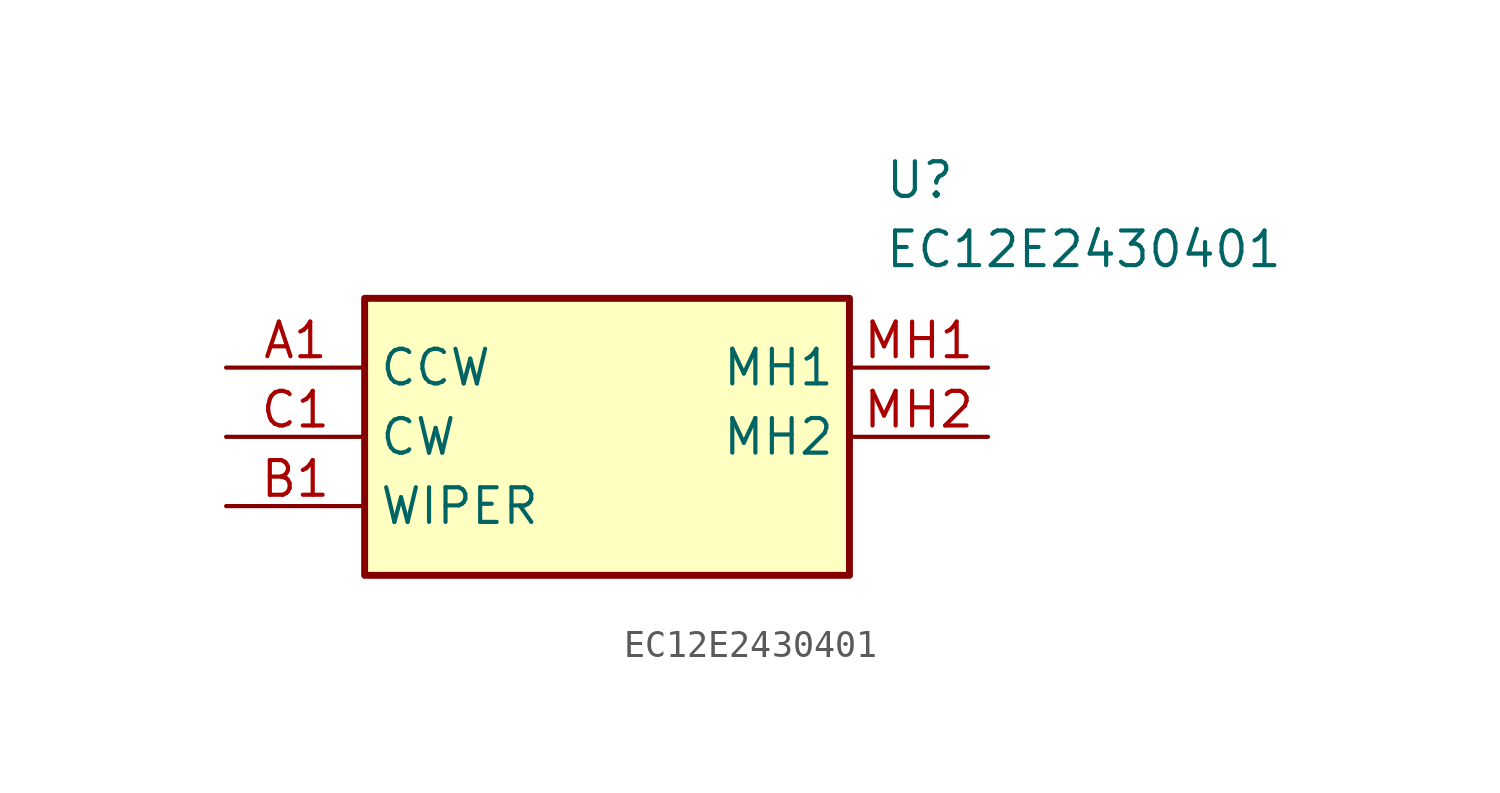
<source format=kicad_sym>
(kicad_symbol_lib
  (version 20220914)
  (generator kicad_symbol_editor)
  (symbol "EC12E2430401"
    (property "Reference" "U"
      (at 24.13 7.62 0)
      (effects (font (size 1.27 1.27)) (justify left top)))
    (property "Value" "EC12E2430401"
      (at 24.13 5.08 0)
      (effects (font (size 1.27 1.27)) (justify left top)))
    (symbol "EC12E2430401_1_1"
      (rectangle (start 5.08 2.54) (end 22.86 -7.62) (stroke (width 0.254) (type default)) (fill (type background)))
      (pin passive line (at 0 0 0) (length 5.08) (name "CCW" (effects (font (size 1.27 1.27)))) (number "A1" (effects (font (size 1.27 1.27)))))
      (pin passive line (at 0 -5.08 0) (length 5.08) (name "WIPER" (effects (font (size 1.27 1.27)))) (number "B1" (effects (font (size 1.27 1.27)))))
      (pin passive line (at 0 -2.54 0) (length 5.08) (name "CW" (effects (font (size 1.27 1.27)))) (number "C1" (effects (font (size 1.27 1.27)))))
      (pin passive line (at 27.94 0 180) (length 5.08) (name "MH1" (effects (font (size 1.27 1.27)))) (number "MH1" (effects (font (size 1.27 1.27)))))
      (pin passive line (at 27.94 -2.54 180) (length 5.08) (name "MH2" (effects (font (size 1.27 1.27)))) (number "MH2" (effects (font (size 1.27 1.27))))))))
</source>
